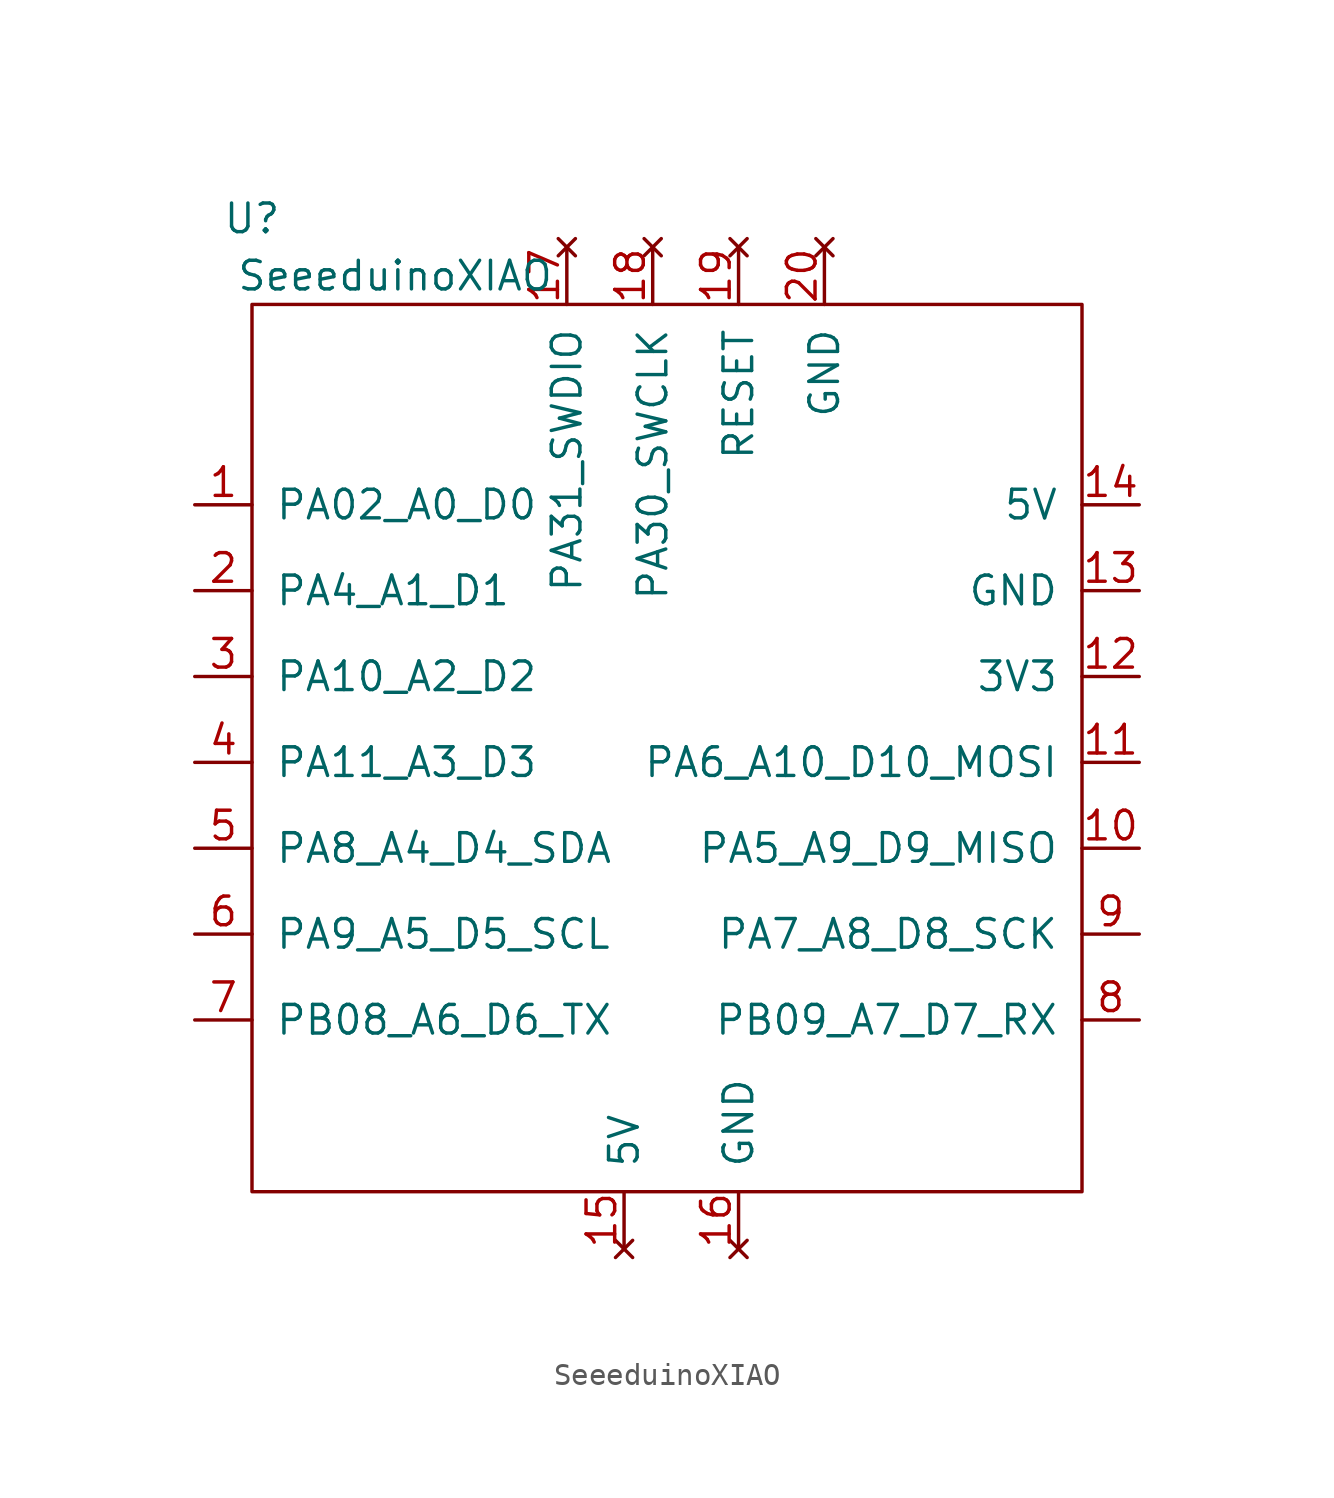
<source format=kicad_sym>
(kicad_symbol_lib
  (version 20211014)
  (generator kicad_symbol_editor)
  (symbol "SeeeduinoXIAO"
    (pin_names
      (offset 1.016))
    (property "Reference" "U"
      (at -19.05 24.13 0)
      (effects (font (size 1.27 1.27))))
    (property "Value" "SeeeduinoXIAO"
      (at -12.7 21.59 0)
      (effects (font (size 1.27 1.27))))
    (symbol "SeeeduinoXIAO_0_1"
      (rectangle (start -19.05 20.32) (end 17.78 -19.05) (stroke (width 0) (type default) (color 0 0 0 0)) (fill (type none))))
    (symbol "SeeeduinoXIAO_1_1"
      (pin unspecified line (at -21.59 11.43 0) (length 2.54) (name "PA02_A0_D0" (effects (font (size 1.27 1.27)))) (number "1" (effects (font (size 1.27 1.27)))))
      (pin unspecified line (at 20.32 -3.81 180) (length 2.54) (name "PA5_A9_D9_MISO" (effects (font (size 1.27 1.27)))) (number "10" (effects (font (size 1.27 1.27)))))
      (pin unspecified line (at 20.32 0 180) (length 2.54) (name "PA6_A10_D10_MOSI" (effects (font (size 1.27 1.27)))) (number "11" (effects (font (size 1.27 1.27)))))
      (pin power_in line (at 20.32 3.81 180) (length 2.54) (name "3V3" (effects (font (size 1.27 1.27)))) (number "12" (effects (font (size 1.27 1.27)))))
      (pin power_in line (at 20.32 7.62 180) (length 2.54) (name "GND" (effects (font (size 1.27 1.27)))) (number "13" (effects (font (size 1.27 1.27)))))
      (pin power_in line (at 20.32 11.43 180) (length 2.54) (name "5V" (effects (font (size 1.27 1.27)))) (number "14" (effects (font (size 1.27 1.27)))))
      (pin no_connect line (at -2.54 -21.59 90) (length 2.54) (name "5V" (effects (font (size 1.27 1.27)))) (number "15" (effects (font (size 1.27 1.27)))))
      (pin no_connect line (at 2.54 -21.59 90) (length 2.54) (name "GND" (effects (font (size 1.27 1.27)))) (number "16" (effects (font (size 1.27 1.27)))))
      (pin no_connect line (at -5.08 22.86 270) (length 2.54) (name "PA31_SWDIO" (effects (font (size 1.27 1.27)))) (number "17" (effects (font (size 1.27 1.27)))))
      (pin no_connect line (at -1.27 22.86 270) (length 2.54) (name "PA30_SWCLK" (effects (font (size 1.27 1.27)))) (number "18" (effects (font (size 1.27 1.27)))))
      (pin no_connect line (at 2.54 22.86 270) (length 2.54) (name "RESET" (effects (font (size 1.27 1.27)))) (number "19" (effects (font (size 1.27 1.27)))))
      (pin unspecified line (at -21.59 7.62 0) (length 2.54) (name "PA4_A1_D1" (effects (font (size 1.27 1.27)))) (number "2" (effects (font (size 1.27 1.27)))))
      (pin no_connect line (at 6.35 22.86 270) (length 2.54) (name "GND" (effects (font (size 1.27 1.27)))) (number "20" (effects (font (size 1.27 1.27)))))
      (pin unspecified line (at -21.59 3.81 0) (length 2.54) (name "PA10_A2_D2" (effects (font (size 1.27 1.27)))) (number "3" (effects (font (size 1.27 1.27)))))
      (pin unspecified line (at -21.59 0 0) (length 2.54) (name "PA11_A3_D3" (effects (font (size 1.27 1.27)))) (number "4" (effects (font (size 1.27 1.27)))))
      (pin unspecified line (at -21.59 -3.81 0) (length 2.54) (name "PA8_A4_D4_SDA" (effects (font (size 1.27 1.27)))) (number "5" (effects (font (size 1.27 1.27)))))
      (pin unspecified line (at -21.59 -7.62 0) (length 2.54) (name "PA9_A5_D5_SCL" (effects (font (size 1.27 1.27)))) (number "6" (effects (font (size 1.27 1.27)))))
      (pin unspecified line (at -21.59 -11.43 0) (length 2.54) (name "PB08_A6_D6_TX" (effects (font (size 1.27 1.27)))) (number "7" (effects (font (size 1.27 1.27)))))
      (pin unspecified line (at 20.32 -11.43 180) (length 2.54) (name "PB09_A7_D7_RX" (effects (font (size 1.27 1.27)))) (number "8" (effects (font (size 1.27 1.27)))))
      (pin unspecified line (at 20.32 -7.62 180) (length 2.54) (name "PA7_A8_D8_SCK" (effects (font (size 1.27 1.27)))) (number "9" (effects (font (size 1.27 1.27))))))))
</source>
